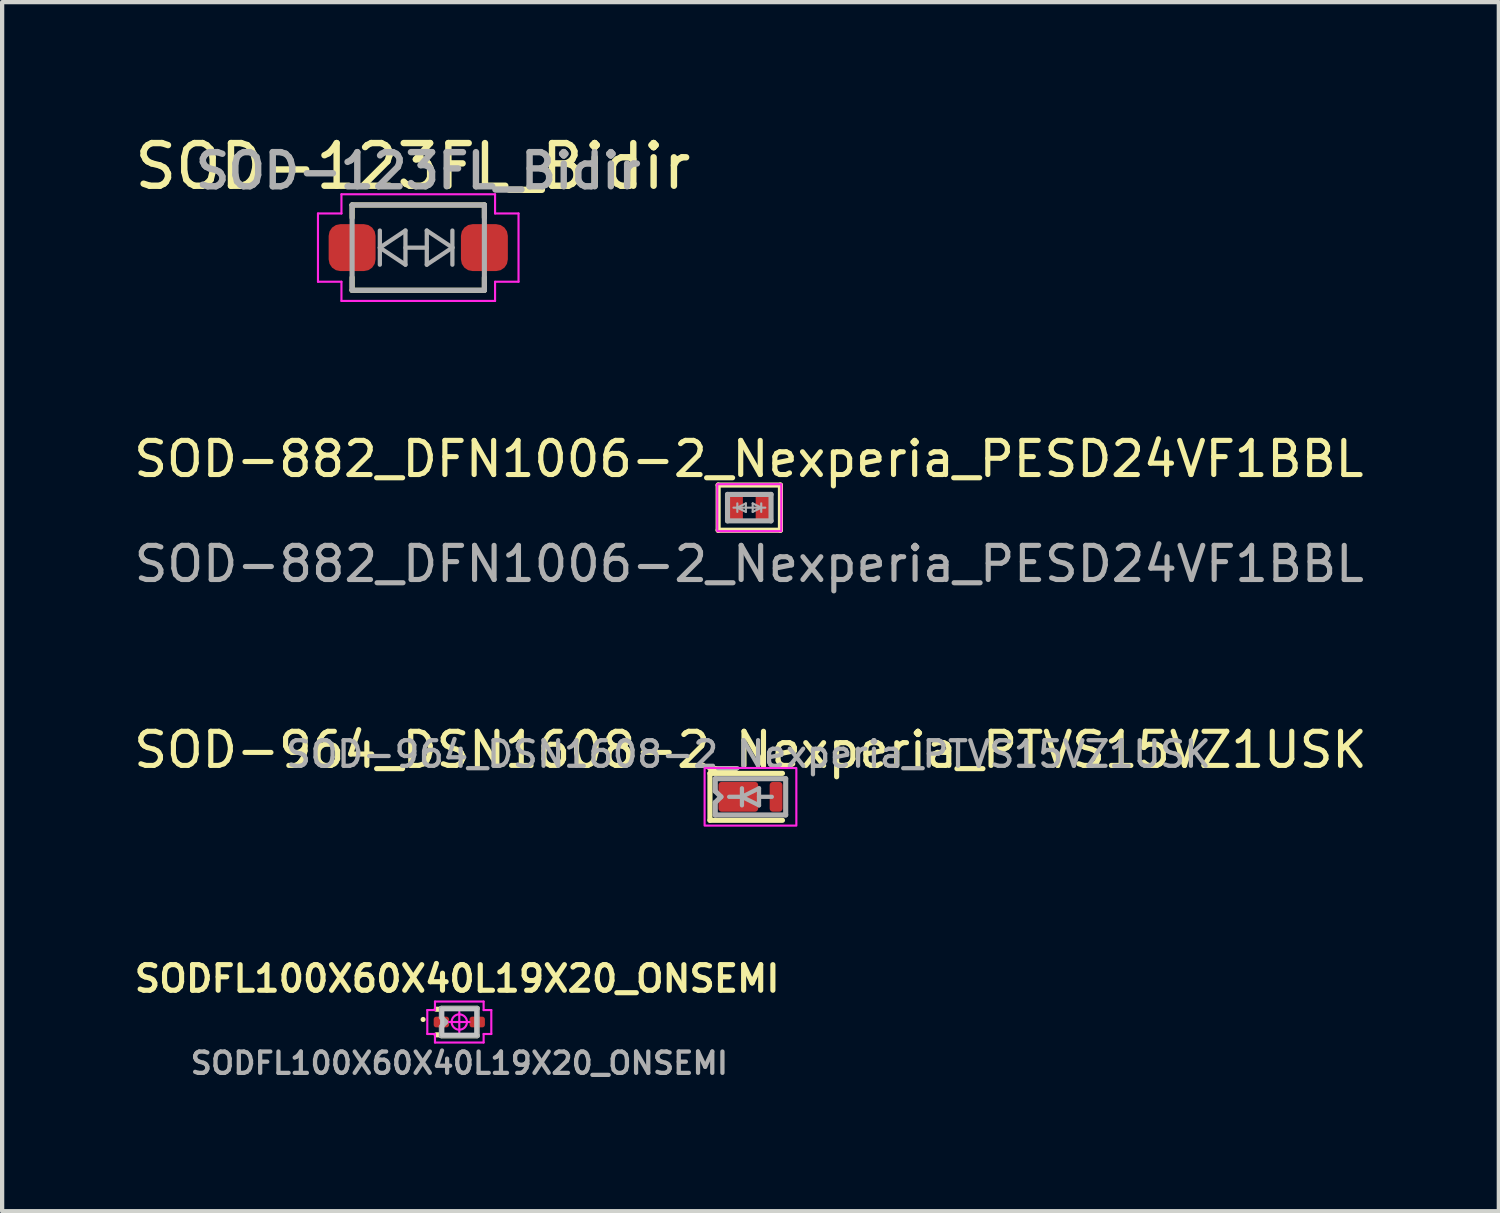
<source format=kicad_pcb>
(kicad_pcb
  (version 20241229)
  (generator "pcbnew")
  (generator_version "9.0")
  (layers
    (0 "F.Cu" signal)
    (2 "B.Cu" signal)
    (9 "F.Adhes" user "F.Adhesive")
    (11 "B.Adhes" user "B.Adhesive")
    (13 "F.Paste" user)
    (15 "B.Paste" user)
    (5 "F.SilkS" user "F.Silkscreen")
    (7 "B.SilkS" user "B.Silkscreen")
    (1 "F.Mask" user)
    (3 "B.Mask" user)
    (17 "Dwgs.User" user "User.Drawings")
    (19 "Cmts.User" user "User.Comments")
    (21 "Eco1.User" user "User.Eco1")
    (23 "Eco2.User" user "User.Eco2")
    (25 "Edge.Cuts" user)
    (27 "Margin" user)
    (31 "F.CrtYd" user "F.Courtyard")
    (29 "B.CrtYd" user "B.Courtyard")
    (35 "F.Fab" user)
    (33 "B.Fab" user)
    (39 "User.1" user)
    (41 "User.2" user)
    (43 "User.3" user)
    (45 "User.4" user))
  (footprint "SOD-964_DSN1608-2_Nexperia_PTVS15VZ1USK"
    (layer "F.Cu")
    (at 14.538 15.624)
    (property "Reference" "SOD-964_DSN1608-2_Nexperia_PTVS15VZ1USK" (at 0 -1.1 0) (layer "F.SilkS") (effects (font (size 0.8 0.8) (thickness 0.12))))
    (attr smd)
    (fp_line (start -0.95 -0.55) (end 0.75 -0.55) (stroke (width 0.12) (type solid)) (layer "F.SilkS"))
    (fp_line (start -0.95 0.55) (end -0.95 -0.55) (stroke (width 0.12) (type solid)) (layer "F.SilkS"))
    (fp_line (start 0.75 0.55) (end -0.95 0.55) (stroke (width 0.12) (type solid)) (layer "F.SilkS"))
    (fp_rect (start -1.075 0.675) (end 1.075 -0.675) (stroke (width 0.05) (type default)) (fill no) (layer "F.CrtYd"))
    (fp_line (start -0.825 -0.425) (end -0.825 -0.133) (stroke (width 0.12) (type solid)) (layer "F.Fab"))
    (fp_line (start -0.825 -0.133) (end -0.692 0) (stroke (width 0.12) (type solid)) (layer "F.Fab"))
    (fp_line (start -0.825 0.133) (end -0.825 0.425) (stroke (width 0.12) (type solid)) (layer "F.Fab"))
    (fp_line (start -0.825 0.425) (end 0.825 0.425) (stroke (width 0.12) (type solid)) (layer "F.Fab"))
    (fp_line (start -0.692 0) (end -0.825 0.133) (stroke (width 0.12) (type solid)) (layer "F.Fab"))
    (fp_line (start -0.5 0) (end -0.2 0) (stroke (width 0.1) (type solid)) (layer "F.Fab"))
    (fp_line (start -0.2 -0.2) (end -0.2 0.2) (stroke (width 0.1) (type solid)) (layer "F.Fab"))
    (fp_line (start -0.2 0) (end 0.2 -0.2) (stroke (width 0.1) (type solid)) (layer "F.Fab"))
    (fp_line (start -0.2 0) (end 0.2 0.2) (stroke (width 0.1) (type solid)) (layer "F.Fab"))
    (fp_line (start 0.2 0) (end 0.5 0) (stroke (width 0.1) (type solid)) (layer "F.Fab"))
    (fp_line (start 0.2 0.2) (end 0.2 -0.2) (stroke (width 0.1) (type solid)) (layer "F.Fab"))
    (fp_line (start 0.825 -0.425) (end -0.825 -0.425) (stroke (width 0.12) (type solid)) (layer "F.Fab"))
    (fp_line (start 0.825 0.425) (end 0.825 -0.425) (stroke (width 0.12) (type solid)) (layer "F.Fab"))
    (fp_text user "${REFERENCE}" (at -0.05 -1 0) (layer "F.Fab") (effects (font (size 0.6 0.6) (thickness 0.1) (bold yes))))
    (pad "1" smd roundrect (at -0.285 0) (size 0.93 0.7) (layers "F.Cu" "F.Mask" "F.Paste") (roundrect_rratio 0.107))
    (pad "2" smd roundrect (at 0.6 0 90) (size 0.7 0.3) (layers "F.Cu" "F.Mask" "F.Paste") (roundrect_rratio 0.25)))
  (footprint "SOD-882_DFN1006-2_Nexperia_PESD24VF1BBL"
    (layer "F.Cu")
    (at 14.51 8.847)
    (property "Reference" "SOD-882_DFN1006-2_Nexperia_PESD24VF1BBL" (at -0.01 -1.14 0) (layer "F.SilkS") (effects (font (size 0.8 0.8) (thickness 0.12))))
    (attr smd)
    (fp_line (start -0.73 -0.53) (end 0.73 -0.53) (stroke (width 0.12) (type solid)) (layer "F.SilkS"))
    (fp_line (start -0.73 0.53) (end -0.73 -0.53) (stroke (width 0.12) (type solid)) (layer "F.SilkS"))
    (fp_line (start 0.73 -0.53) (end 0.73 0.53) (stroke (width 0.12) (type solid)) (layer "F.SilkS"))
    (fp_line (start 0.73 0.53) (end -0.73 0.53) (stroke (width 0.12) (type solid)) (layer "F.SilkS"))
    (fp_rect (start -0.75 -0.55) (end 0.75 0.55) (stroke (width 0.05) (type default)) (fill no) (layer "F.CrtYd"))
    (fp_line (start -0.51 -0.31) (end -0.51 0.31) (stroke (width 0.12) (type solid)) (layer "F.Fab"))
    (fp_line (start -0.51 0.31) (end 0.51 0.31) (stroke (width 0.12) (type solid)) (layer "F.Fab"))
    (fp_line (start -0.37 0) (end 0.375 0) (stroke (width 0.05) (type default)) (layer "F.Fab"))
    (fp_line (start -0.28 -0.1) (end -0.28 0.1) (stroke (width 0.05) (type default)) (layer "F.Fab"))
    (fp_line (start -0.28 0) (end -0.08 -0.1) (stroke (width 0.05) (type default)) (layer "F.Fab"))
    (fp_line (start -0.28 0) (end -0.08 0.1) (stroke (width 0.05) (type default)) (layer "F.Fab"))
    (fp_line (start -0.08 -0.1) (end -0.08 0.1) (stroke (width 0.05) (type default)) (layer "F.Fab"))
    (fp_line (start 0.08 0.1) (end 0.08 -0.1) (stroke (width 0.05) (type default)) (layer "F.Fab"))
    (fp_line (start 0.28 0) (end 0.08 -0.1) (stroke (width 0.05) (type default)) (layer "F.Fab"))
    (fp_line (start 0.28 0) (end 0.08 0.1) (stroke (width 0.05) (type default)) (layer "F.Fab"))
    (fp_line (start 0.28 0.1) (end 0.28 -0.1) (stroke (width 0.05) (type default)) (layer "F.Fab"))
    (fp_line (start 0.51 -0.31) (end -0.51 -0.31) (stroke (width 0.12) (type solid)) (layer "F.Fab"))
    (fp_line (start 0.51 0.31) (end 0.51 -0.31) (stroke (width 0.12) (type solid)) (layer "F.Fab"))
    (fp_text user "${REFERENCE}" (at 0 1.32 0) (layer "F.Fab") (effects (font (size 0.8 0.8) (thickness 0.12))))
    (pad "1" smd roundrect (at -0.35 0) (size 0.4 0.7) (layers "F.Cu" "F.Mask" "F.Paste") (roundrect_rratio 0.125))
    (pad "2" smd roundrect (at 0.35 0) (size 0.4 0.7) (layers "F.Cu" "F.Mask" "F.Paste") (roundrect_rratio 0.125)))
  (footprint "SODFL100X60X40L19X20_ONSEMI"
    (layer "F.Cu")
    (at 7.714 20.902)
    (property "Reference" "SODFL100X60X40L19X20_ONSEMI" (at -0.051 -1.016 0) (layer "F.SilkS") (effects (font (size 0.6 0.6) (thickness 0.12))))
    (attr smd)
    (fp_line (start -0.42 -0.32) (end 0.42 -0.32) (stroke (width 0.12) (type solid)) (layer "F.SilkS"))
    (fp_line (start -0.42 -0.3) (end -0.54 -0.3) (stroke (width 0.12) (type solid)) (layer "F.SilkS"))
    (fp_line (start -0.42 0.3) (end -0.54 0.3) (stroke (width 0.12) (type solid)) (layer "F.SilkS"))
    (fp_line (start 0.42 0.32) (end -0.42 0.32) (stroke (width 0.12) (type solid)) (layer "F.SilkS"))
    (fp_circle (center -0.848 -0.06) (end -0.848 -0.03) (stroke (width 0.06) (type solid)) (fill no) (layer "F.SilkS"))
    (fp_line (start -0.4 -0.3) (end 0.4 -0.3) (stroke (width 0.1) (type solid)) (layer "Dwgs.User"))
    (fp_line (start -0.4 0.3) (end -0.4 -0.3) (stroke (width 0.1) (type solid)) (layer "Dwgs.User"))
    (fp_line (start 0.4 -0.3) (end 0.4 0.3) (stroke (width 0.1) (type solid)) (layer "Dwgs.User"))
    (fp_line (start 0.4 0.3) (end -0.4 0.3) (stroke (width 0.1) (type solid)) (layer "Dwgs.User"))
    (fp_line (start -0.75 -0.28) (end -0.75 0.28) (stroke (width 0.05) (type solid)) (layer "F.CrtYd"))
    (fp_line (start -0.75 0.28) (end -0.57 0.28) (stroke (width 0.05) (type solid)) (layer "F.CrtYd"))
    (fp_line (start -0.57 -0.48) (end -0.57 -0.28) (stroke (width 0.05) (type solid)) (layer "F.CrtYd"))
    (fp_line (start -0.57 -0.28) (end -0.75 -0.28) (stroke (width 0.05) (type solid)) (layer "F.CrtYd"))
    (fp_line (start -0.57 0.28) (end -0.57 0.48) (stroke (width 0.05) (type solid)) (layer "F.CrtYd"))
    (fp_line (start -0.57 0.48) (end 0.57 0.48) (stroke (width 0.05) (type solid)) (layer "F.CrtYd"))
    (fp_line (start 0 -0.24) (end 0 0.24) (stroke (width 0.05) (type solid)) (layer "F.CrtYd"))
    (fp_line (start 0.24 0) (end -0.24 0) (stroke (width 0.05) (type solid)) (layer "F.CrtYd"))
    (fp_line (start 0.57 -0.48) (end -0.57 -0.48) (stroke (width 0.05) (type solid)) (layer "F.CrtYd"))
    (fp_line (start 0.57 -0.28) (end 0.57 -0.48) (stroke (width 0.05) (type solid)) (layer "F.CrtYd"))
    (fp_line (start 0.57 0.28) (end 0.75 0.28) (stroke (width 0.05) (type solid)) (layer "F.CrtYd"))
    (fp_line (start 0.57 0.48) (end 0.57 0.28) (stroke (width 0.05) (type solid)) (layer "F.CrtYd"))
    (fp_line (start 0.75 -0.28) (end 0.57 -0.28) (stroke (width 0.05) (type solid)) (layer "F.CrtYd"))
    (fp_line (start 0.75 0.28) (end 0.75 -0.28) (stroke (width 0.05) (type solid)) (layer "F.CrtYd"))
    (fp_circle (center 0 0) (end 0 0.18) (stroke (width 0.05) (type solid)) (fill no) (layer "F.CrtYd"))
    (fp_line (start -0.42 -0.32) (end -0.42 -0.11) (stroke (width 0.12) (type solid)) (layer "F.Fab"))
    (fp_line (start -0.42 -0.11) (end -0.32 0) (stroke (width 0.12) (type solid)) (layer "F.Fab"))
    (fp_line (start -0.42 0.11) (end -0.42 0.32) (stroke (width 0.12) (type solid)) (layer "F.Fab"))
    (fp_line (start -0.42 0.32) (end 0.42 0.32) (stroke (width 0.12) (type solid)) (layer "F.Fab"))
    (fp_line (start -0.32 0) (end -0.42 0.11) (stroke (width 0.12) (type solid)) (layer "F.Fab"))
    (fp_line (start 0.42 -0.32) (end -0.42 -0.32) (stroke (width 0.12) (type solid)) (layer "F.Fab"))
    (fp_line (start 0.42 0.32) (end 0.42 -0.32) (stroke (width 0.12) (type solid)) (layer "F.Fab"))
    (fp_text user "${REFERENCE}" (at 0 0.965 0) (layer "F.Fab") (effects (font (size 0.5 0.5) (thickness 0.1))))
    (pad "A" smd roundrect (at 0.42 0) (size 0.36 0.25) (layers "F.Cu" "F.Mask" "F.Paste") (roundrect_rratio 0.24))
    (pad "C" smd roundrect (at -0.42 0) (size 0.36 0.25) (layers "F.Cu" "F.Mask" "F.Paste") (roundrect_rratio 0.24)))
  (footprint "SOD-123FL_Bidir"
    (layer "F.Cu")
    (at 6.752 2.753)
    (property "Reference" "SOD-123FL_Bidir" (at -0.127 -1.905 0) (unlocked yes) (layer "F.SilkS") (effects (font (size 1 1) (thickness 0.15))))
    (attr smd)
    (fp_line (start -1.55 -1) (end -1.55 -0.7) (stroke (width 0.12) (type solid)) (layer "F.SilkS"))
    (fp_line (start -1.55 -1) (end 1.55 -1) (stroke (width 0.12) (type solid)) (layer "F.SilkS"))
    (fp_line (start -1.55 0.7) (end -1.55 1) (stroke (width 0.12) (type solid)) (layer "F.SilkS"))
    (fp_line (start 1.55 -1) (end 1.55 -0.7) (stroke (width 0.12) (type solid)) (layer "F.SilkS"))
    (fp_line (start 1.55 0.7) (end 1.55 1) (stroke (width 0.12) (type solid)) (layer "F.SilkS"))
    (fp_line (start 1.55 1) (end -1.55 1) (stroke (width 0.12) (type solid)) (layer "F.SilkS"))
    (fp_line (start -2.35 -0.8) (end -1.8 -0.8) (stroke (width 0.05) (type solid)) (layer "F.CrtYd"))
    (fp_line (start -2.35 0.8) (end -2.35 -0.8) (stroke (width 0.05) (type solid)) (layer "F.CrtYd"))
    (fp_line (start -1.8 -1.25) (end 1.8 -1.25) (stroke (width 0.05) (type solid)) (layer "F.CrtYd"))
    (fp_line (start -1.8 -0.8) (end -1.8 -1.25) (stroke (width 0.05) (type solid)) (layer "F.CrtYd"))
    (fp_line (start -1.8 0.8) (end -2.35 0.8) (stroke (width 0.05) (type solid)) (layer "F.CrtYd"))
    (fp_line (start -1.8 1.25) (end -1.8 0.8) (stroke (width 0.05) (type solid)) (layer "F.CrtYd"))
    (fp_line (start 1.8 -1.25) (end 1.8 -0.8) (stroke (width 0.05) (type solid)) (layer "F.CrtYd"))
    (fp_line (start 1.8 -0.8) (end 2.35 -0.8) (stroke (width 0.05) (type solid)) (layer "F.CrtYd"))
    (fp_line (start 1.8 0.8) (end 1.8 1.25) (stroke (width 0.05) (type solid)) (layer "F.CrtYd"))
    (fp_line (start 1.8 1.25) (end -1.8 1.25) (stroke (width 0.05) (type solid)) (layer "F.CrtYd"))
    (fp_line (start 2.35 -0.8) (end 2.35 0.8) (stroke (width 0.05) (type solid)) (layer "F.CrtYd"))
    (fp_line (start 2.35 0.8) (end 1.8 0.8) (stroke (width 0.05) (type solid)) (layer "F.CrtYd"))
    (fp_line (start -1.55 -1) (end 1.55 -1) (stroke (width 0.12) (type solid)) (layer "F.Fab"))
    (fp_line (start -1.55 1) (end -1.55 -1) (stroke (width 0.12) (type solid)) (layer "F.Fab"))
    (fp_line (start -0.9 -0.4) (end -0.9 0.4) (stroke (width 0.1) (type solid)) (layer "F.Fab"))
    (fp_line (start -0.9 0.001) (end -0.3 -0.4) (stroke (width 0.1) (type solid)) (layer "F.Fab"))
    (fp_line (start -0.9 0.001) (end -0.3 0.4) (stroke (width 0.1) (type solid)) (layer "F.Fab"))
    (fp_line (start -0.3 0.001) (end 0.2 0.001) (stroke (width 0.1) (type solid)) (layer "F.Fab"))
    (fp_line (start -0.3 0.4) (end -0.3 -0.4) (stroke (width 0.1) (type solid)) (layer "F.Fab"))
    (fp_line (start 0.2 -0.4) (end 0.2 0.4) (stroke (width 0.1) (type solid)) (layer "F.Fab"))
    (fp_line (start 0.8 -0.001) (end 0.2 -0.4) (stroke (width 0.1) (type solid)) (layer "F.Fab"))
    (fp_line (start 0.8 -0.001) (end 0.2 0.4) (stroke (width 0.1) (type solid)) (layer "F.Fab"))
    (fp_line (start 0.8 0.4) (end 0.8 -0.4) (stroke (width 0.1) (type solid)) (layer "F.Fab"))
    (fp_line (start 1.55 -1) (end 1.55 1) (stroke (width 0.12) (type solid)) (layer "F.Fab"))
    (fp_line (start 1.55 1) (end -1.55 1) (stroke (width 0.12) (type solid)) (layer "F.Fab"))
    (fp_text user "${REFERENCE}" (at 0 -1.8 0) (layer "F.Fab") (effects (font (size 0.8 0.8) (thickness 0.15))))
    (pad "1" smd roundrect (at -1.55 0) (size 1.1 1.1) (layers "F.Cu" "F.Mask" "F.Paste") (roundrect_rratio 0.25))
    (pad "2" smd roundrect (at 1.55 0) (size 1.1 1.1) (layers "F.Cu" "F.Mask" "F.Paste") (roundrect_rratio 0.25)))
  (gr_rect
    (start -3 -3)
    (end 32.076 25.335)
    (stroke (width 0.1) (type default))
    (fill no)
    (layer "Edge.Cuts")))
</source>
